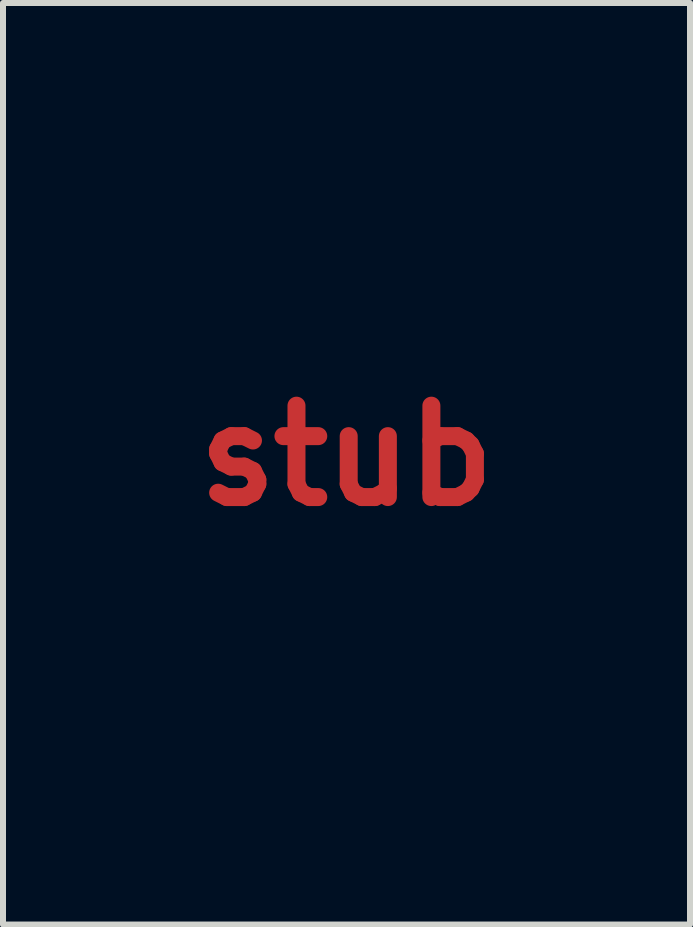
<source format=kicad_pcb>
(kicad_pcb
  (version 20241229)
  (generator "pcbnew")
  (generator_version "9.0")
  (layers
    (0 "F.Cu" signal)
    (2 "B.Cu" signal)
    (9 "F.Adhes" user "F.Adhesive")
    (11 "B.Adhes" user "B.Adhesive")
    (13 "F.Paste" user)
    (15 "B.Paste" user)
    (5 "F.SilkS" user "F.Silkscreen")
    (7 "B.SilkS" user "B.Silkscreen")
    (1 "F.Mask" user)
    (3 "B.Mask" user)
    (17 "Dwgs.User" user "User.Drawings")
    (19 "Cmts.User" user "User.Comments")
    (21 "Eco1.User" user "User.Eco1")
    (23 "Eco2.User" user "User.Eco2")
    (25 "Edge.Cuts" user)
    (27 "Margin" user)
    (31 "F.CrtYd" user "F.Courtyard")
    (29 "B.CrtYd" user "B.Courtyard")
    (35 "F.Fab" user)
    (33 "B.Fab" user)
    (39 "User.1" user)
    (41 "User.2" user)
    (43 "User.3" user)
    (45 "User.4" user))
  (footprint "stub"
    (layer "F.Cu")
    (at 2.729 4.55)
    (property "Reference" "stub" (at 0 0 0) (layer "F.Cu") (effects (font (size 1.524 1.524) (thickness 0.3))))
    (attr through_hole)
    (fp_poly (pts (xy 0.192 -4.522) (xy 0.332 -4.403) (xy 0.428 -4.115) (xy 0.487 -3.584) (xy 0.519 -2.736) (xy 0.532 -1.498) (xy 0.535 0.134) (xy 0.532 1.817) (xy 0.518 3.04) (xy 0.486 3.875) (xy 0.425 4.396) (xy 0.328 4.677) (xy 0.186 4.791) (xy 0 4.813) (xy -0.192 4.789) (xy -0.332 4.67) (xy -0.428 4.382) (xy -0.487 3.851) (xy -0.519 3.003) (xy -0.532 1.766) (xy -0.535 0.134) (xy -0.532 -1.55) (xy -0.518 -2.773) (xy -0.486 -3.608) (xy -0.425 -4.129) (xy -0.328 -4.41) (xy -0.186 -4.524) (xy 0 -4.545) (xy 0.192 -4.522)) (stroke (width 0.01) (type solid)) (fill no) (layer "Eco2.User")))
  (gr_rect
    (start -3 -3)
    (end 8.457 12.368)
    (stroke (width 0.1) (type default))
    (fill no)
    (layer "Edge.Cuts")))
</source>
